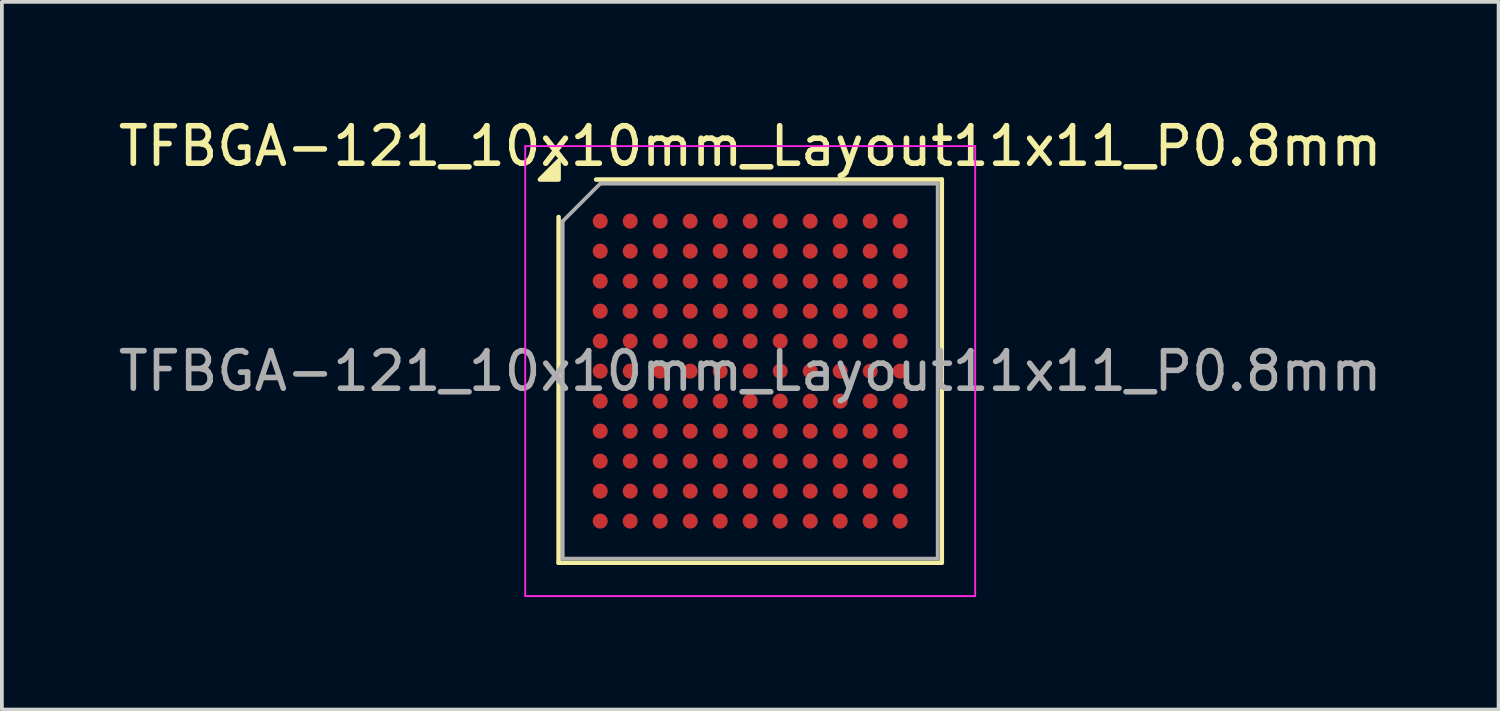
<source format=kicad_pcb>
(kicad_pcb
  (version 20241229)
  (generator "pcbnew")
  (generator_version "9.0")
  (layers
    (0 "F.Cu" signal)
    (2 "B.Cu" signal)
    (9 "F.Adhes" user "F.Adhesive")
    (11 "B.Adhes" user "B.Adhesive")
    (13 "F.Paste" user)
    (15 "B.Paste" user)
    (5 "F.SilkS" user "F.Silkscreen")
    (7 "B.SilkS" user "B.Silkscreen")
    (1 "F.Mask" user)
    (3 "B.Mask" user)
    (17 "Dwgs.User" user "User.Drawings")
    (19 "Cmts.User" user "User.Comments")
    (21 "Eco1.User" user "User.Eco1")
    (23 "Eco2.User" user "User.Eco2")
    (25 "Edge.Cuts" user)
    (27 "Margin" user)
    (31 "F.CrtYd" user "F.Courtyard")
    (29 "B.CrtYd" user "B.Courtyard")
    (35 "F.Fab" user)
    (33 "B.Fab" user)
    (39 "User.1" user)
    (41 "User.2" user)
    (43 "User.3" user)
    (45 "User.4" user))
  (footprint "TFBGA-121_10x10mm_Layout11x11_P0.8mm"
    (layer "F.Cu")
    (at 16.958 6.848)
    (property "Reference" "TFBGA-121_10x10mm_Layout11x11_P0.8mm" (at 0 -6 0) (layer "F.SilkS") (effects (font (size 1 1) (thickness 0.15))))
    (attr smd)
    (fp_line (start -5.11 5.11) (end -5.11 -4.11) (stroke (width 0.12) (type solid)) (layer "F.SilkS"))
    (fp_line (start -4.11 -5.11) (end 5.11 -5.11) (stroke (width 0.12) (type solid)) (layer "F.SilkS"))
    (fp_line (start 5.11 -5.11) (end 5.11 5.11) (stroke (width 0.12) (type solid)) (layer "F.SilkS"))
    (fp_line (start 5.11 5.11) (end -5.11 5.11) (stroke (width 0.12) (type solid)) (layer "F.SilkS"))
    (fp_poly (pts (xy -5.11 -5.11) (xy -5.61 -5.11) (xy -5.11 -5.61) (xy -5.11 -5.11)) (stroke (width 0.12) (type solid)) (fill yes) (layer "F.SilkS"))
    (fp_line (start -6 -6) (end -6 6) (stroke (width 0.05) (type solid)) (layer "F.CrtYd"))
    (fp_line (start -6 6) (end 6 6) (stroke (width 0.05) (type solid)) (layer "F.CrtYd"))
    (fp_line (start 6 -6) (end -6 -6) (stroke (width 0.05) (type solid)) (layer "F.CrtYd"))
    (fp_line (start 6 6) (end 6 -6) (stroke (width 0.05) (type solid)) (layer "F.CrtYd"))
    (fp_line (start -5 -4) (end -4 -5) (stroke (width 0.1) (type solid)) (layer "F.Fab"))
    (fp_line (start -5 5) (end -5 -4) (stroke (width 0.1) (type solid)) (layer "F.Fab"))
    (fp_line (start -4 -5) (end 5 -5) (stroke (width 0.1) (type solid)) (layer "F.Fab"))
    (fp_line (start 5 -5) (end 5 5) (stroke (width 0.1) (type solid)) (layer "F.Fab"))
    (fp_line (start 5 5) (end -5 5) (stroke (width 0.1) (type solid)) (layer "F.Fab"))
    (fp_text user "${REFERENCE}" (at 0 0 0) (layer "F.Fab") (effects (font (size 1 1) (thickness 0.15))))
    (pad "A1" smd circle (at -4 -4) (size 0.4 0.4) (property pad_prop_bga) (layers "F.Cu" "F.Mask" "F.Paste"))
    (pad "A2" smd circle (at -3.2 -4) (size 0.4 0.4) (property pad_prop_bga) (layers "F.Cu" "F.Mask" "F.Paste"))
    (pad "A3" smd circle (at -2.4 -4) (size 0.4 0.4) (property pad_prop_bga) (layers "F.Cu" "F.Mask" "F.Paste"))
    (pad "A4" smd circle (at -1.6 -4) (size 0.4 0.4) (property pad_prop_bga) (layers "F.Cu" "F.Mask" "F.Paste"))
    (pad "A5" smd circle (at -0.8 -4) (size 0.4 0.4) (property pad_prop_bga) (layers "F.Cu" "F.Mask" "F.Paste"))
    (pad "A6" smd circle (at 0 -4) (size 0.4 0.4) (property pad_prop_bga) (layers "F.Cu" "F.Mask" "F.Paste"))
    (pad "A7" smd circle (at 0.8 -4) (size 0.4 0.4) (property pad_prop_bga) (layers "F.Cu" "F.Mask" "F.Paste"))
    (pad "A8" smd circle (at 1.6 -4) (size 0.4 0.4) (property pad_prop_bga) (layers "F.Cu" "F.Mask" "F.Paste"))
    (pad "A9" smd circle (at 2.4 -4) (size 0.4 0.4) (property pad_prop_bga) (layers "F.Cu" "F.Mask" "F.Paste"))
    (pad "A10" smd circle (at 3.2 -4) (size 0.4 0.4) (property pad_prop_bga) (layers "F.Cu" "F.Mask" "F.Paste"))
    (pad "A11" smd circle (at 4 -4) (size 0.4 0.4) (property pad_prop_bga) (layers "F.Cu" "F.Mask" "F.Paste"))
    (pad "B1" smd circle (at -4 -3.2) (size 0.4 0.4) (property pad_prop_bga) (layers "F.Cu" "F.Mask" "F.Paste"))
    (pad "B2" smd circle (at -3.2 -3.2) (size 0.4 0.4) (property pad_prop_bga) (layers "F.Cu" "F.Mask" "F.Paste"))
    (pad "B3" smd circle (at -2.4 -3.2) (size 0.4 0.4) (property pad_prop_bga) (layers "F.Cu" "F.Mask" "F.Paste"))
    (pad "B4" smd circle (at -1.6 -3.2) (size 0.4 0.4) (property pad_prop_bga) (layers "F.Cu" "F.Mask" "F.Paste"))
    (pad "B5" smd circle (at -0.8 -3.2) (size 0.4 0.4) (property pad_prop_bga) (layers "F.Cu" "F.Mask" "F.Paste"))
    (pad "B6" smd circle (at 0 -3.2) (size 0.4 0.4) (property pad_prop_bga) (layers "F.Cu" "F.Mask" "F.Paste"))
    (pad "B7" smd circle (at 0.8 -3.2) (size 0.4 0.4) (property pad_prop_bga) (layers "F.Cu" "F.Mask" "F.Paste"))
    (pad "B8" smd circle (at 1.6 -3.2) (size 0.4 0.4) (property pad_prop_bga) (layers "F.Cu" "F.Mask" "F.Paste"))
    (pad "B9" smd circle (at 2.4 -3.2) (size 0.4 0.4) (property pad_prop_bga) (layers "F.Cu" "F.Mask" "F.Paste"))
    (pad "B10" smd circle (at 3.2 -3.2) (size 0.4 0.4) (property pad_prop_bga) (layers "F.Cu" "F.Mask" "F.Paste"))
    (pad "B11" smd circle (at 4 -3.2) (size 0.4 0.4) (property pad_prop_bga) (layers "F.Cu" "F.Mask" "F.Paste"))
    (pad "C1" smd circle (at -4 -2.4) (size 0.4 0.4) (property pad_prop_bga) (layers "F.Cu" "F.Mask" "F.Paste"))
    (pad "C2" smd circle (at -3.2 -2.4) (size 0.4 0.4) (property pad_prop_bga) (layers "F.Cu" "F.Mask" "F.Paste"))
    (pad "C3" smd circle (at -2.4 -2.4) (size 0.4 0.4) (property pad_prop_bga) (layers "F.Cu" "F.Mask" "F.Paste"))
    (pad "C4" smd circle (at -1.6 -2.4) (size 0.4 0.4) (property pad_prop_bga) (layers "F.Cu" "F.Mask" "F.Paste"))
    (pad "C5" smd circle (at -0.8 -2.4) (size 0.4 0.4) (property pad_prop_bga) (layers "F.Cu" "F.Mask" "F.Paste"))
    (pad "C6" smd circle (at 0 -2.4) (size 0.4 0.4) (property pad_prop_bga) (layers "F.Cu" "F.Mask" "F.Paste"))
    (pad "C7" smd circle (at 0.8 -2.4) (size 0.4 0.4) (property pad_prop_bga) (layers "F.Cu" "F.Mask" "F.Paste"))
    (pad "C8" smd circle (at 1.6 -2.4) (size 0.4 0.4) (property pad_prop_bga) (layers "F.Cu" "F.Mask" "F.Paste"))
    (pad "C9" smd circle (at 2.4 -2.4) (size 0.4 0.4) (property pad_prop_bga) (layers "F.Cu" "F.Mask" "F.Paste"))
    (pad "C10" smd circle (at 3.2 -2.4) (size 0.4 0.4) (property pad_prop_bga) (layers "F.Cu" "F.Mask" "F.Paste"))
    (pad "C11" smd circle (at 4 -2.4) (size 0.4 0.4) (property pad_prop_bga) (layers "F.Cu" "F.Mask" "F.Paste"))
    (pad "D1" smd circle (at -4 -1.6) (size 0.4 0.4) (property pad_prop_bga) (layers "F.Cu" "F.Mask" "F.Paste"))
    (pad "D2" smd circle (at -3.2 -1.6) (size 0.4 0.4) (property pad_prop_bga) (layers "F.Cu" "F.Mask" "F.Paste"))
    (pad "D3" smd circle (at -2.4 -1.6) (size 0.4 0.4) (property pad_prop_bga) (layers "F.Cu" "F.Mask" "F.Paste"))
    (pad "D4" smd circle (at -1.6 -1.6) (size 0.4 0.4) (property pad_prop_bga) (layers "F.Cu" "F.Mask" "F.Paste"))
    (pad "D5" smd circle (at -0.8 -1.6) (size 0.4 0.4) (property pad_prop_bga) (layers "F.Cu" "F.Mask" "F.Paste"))
    (pad "D6" smd circle (at 0 -1.6) (size 0.4 0.4) (property pad_prop_bga) (layers "F.Cu" "F.Mask" "F.Paste"))
    (pad "D7" smd circle (at 0.8 -1.6) (size 0.4 0.4) (property pad_prop_bga) (layers "F.Cu" "F.Mask" "F.Paste"))
    (pad "D8" smd circle (at 1.6 -1.6) (size 0.4 0.4) (property pad_prop_bga) (layers "F.Cu" "F.Mask" "F.Paste"))
    (pad "D9" smd circle (at 2.4 -1.6) (size 0.4 0.4) (property pad_prop_bga) (layers "F.Cu" "F.Mask" "F.Paste"))
    (pad "D10" smd circle (at 3.2 -1.6) (size 0.4 0.4) (property pad_prop_bga) (layers "F.Cu" "F.Mask" "F.Paste"))
    (pad "D11" smd circle (at 4 -1.6) (size 0.4 0.4) (property pad_prop_bga) (layers "F.Cu" "F.Mask" "F.Paste"))
    (pad "E1" smd circle (at -4 -0.8) (size 0.4 0.4) (property pad_prop_bga) (layers "F.Cu" "F.Mask" "F.Paste"))
    (pad "E2" smd circle (at -3.2 -0.8) (size 0.4 0.4) (property pad_prop_bga) (layers "F.Cu" "F.Mask" "F.Paste"))
    (pad "E3" smd circle (at -2.4 -0.8) (size 0.4 0.4) (property pad_prop_bga) (layers "F.Cu" "F.Mask" "F.Paste"))
    (pad "E4" smd circle (at -1.6 -0.8) (size 0.4 0.4) (property pad_prop_bga) (layers "F.Cu" "F.Mask" "F.Paste"))
    (pad "E5" smd circle (at -0.8 -0.8) (size 0.4 0.4) (property pad_prop_bga) (layers "F.Cu" "F.Mask" "F.Paste"))
    (pad "E6" smd circle (at 0 -0.8) (size 0.4 0.4) (property pad_prop_bga) (layers "F.Cu" "F.Mask" "F.Paste"))
    (pad "E7" smd circle (at 0.8 -0.8) (size 0.4 0.4) (property pad_prop_bga) (layers "F.Cu" "F.Mask" "F.Paste"))
    (pad "E8" smd circle (at 1.6 -0.8) (size 0.4 0.4) (property pad_prop_bga) (layers "F.Cu" "F.Mask" "F.Paste"))
    (pad "E9" smd circle (at 2.4 -0.8) (size 0.4 0.4) (property pad_prop_bga) (layers "F.Cu" "F.Mask" "F.Paste"))
    (pad "E10" smd circle (at 3.2 -0.8) (size 0.4 0.4) (property pad_prop_bga) (layers "F.Cu" "F.Mask" "F.Paste"))
    (pad "E11" smd circle (at 4 -0.8) (size 0.4 0.4) (property pad_prop_bga) (layers "F.Cu" "F.Mask" "F.Paste"))
    (pad "F1" smd circle (at -4 0) (size 0.4 0.4) (property pad_prop_bga) (layers "F.Cu" "F.Mask" "F.Paste"))
    (pad "F2" smd circle (at -3.2 0) (size 0.4 0.4) (property pad_prop_bga) (layers "F.Cu" "F.Mask" "F.Paste"))
    (pad "F3" smd circle (at -2.4 0) (size 0.4 0.4) (property pad_prop_bga) (layers "F.Cu" "F.Mask" "F.Paste"))
    (pad "F4" smd circle (at -1.6 0) (size 0.4 0.4) (property pad_prop_bga) (layers "F.Cu" "F.Mask" "F.Paste"))
    (pad "F5" smd circle (at -0.8 0) (size 0.4 0.4) (property pad_prop_bga) (layers "F.Cu" "F.Mask" "F.Paste"))
    (pad "F6" smd circle (at 0 0) (size 0.4 0.4) (property pad_prop_bga) (layers "F.Cu" "F.Mask" "F.Paste"))
    (pad "F7" smd circle (at 0.8 0) (size 0.4 0.4) (property pad_prop_bga) (layers "F.Cu" "F.Mask" "F.Paste"))
    (pad "F8" smd circle (at 1.6 0) (size 0.4 0.4) (property pad_prop_bga) (layers "F.Cu" "F.Mask" "F.Paste"))
    (pad "F9" smd circle (at 2.4 0) (size 0.4 0.4) (property pad_prop_bga) (layers "F.Cu" "F.Mask" "F.Paste"))
    (pad "F10" smd circle (at 3.2 0) (size 0.4 0.4) (property pad_prop_bga) (layers "F.Cu" "F.Mask" "F.Paste"))
    (pad "F11" smd circle (at 4 0) (size 0.4 0.4) (property pad_prop_bga) (layers "F.Cu" "F.Mask" "F.Paste"))
    (pad "G1" smd circle (at -4 0.8) (size 0.4 0.4) (property pad_prop_bga) (layers "F.Cu" "F.Mask" "F.Paste"))
    (pad "G2" smd circle (at -3.2 0.8) (size 0.4 0.4) (property pad_prop_bga) (layers "F.Cu" "F.Mask" "F.Paste"))
    (pad "G3" smd circle (at -2.4 0.8) (size 0.4 0.4) (property pad_prop_bga) (layers "F.Cu" "F.Mask" "F.Paste"))
    (pad "G4" smd circle (at -1.6 0.8) (size 0.4 0.4) (property pad_prop_bga) (layers "F.Cu" "F.Mask" "F.Paste"))
    (pad "G5" smd circle (at -0.8 0.8) (size 0.4 0.4) (property pad_prop_bga) (layers "F.Cu" "F.Mask" "F.Paste"))
    (pad "G6" smd circle (at 0 0.8) (size 0.4 0.4) (property pad_prop_bga) (layers "F.Cu" "F.Mask" "F.Paste"))
    (pad "G7" smd circle (at 0.8 0.8) (size 0.4 0.4) (property pad_prop_bga) (layers "F.Cu" "F.Mask" "F.Paste"))
    (pad "G8" smd circle (at 1.6 0.8) (size 0.4 0.4) (property pad_prop_bga) (layers "F.Cu" "F.Mask" "F.Paste"))
    (pad "G9" smd circle (at 2.4 0.8) (size 0.4 0.4) (property pad_prop_bga) (layers "F.Cu" "F.Mask" "F.Paste"))
    (pad "G10" smd circle (at 3.2 0.8) (size 0.4 0.4) (property pad_prop_bga) (layers "F.Cu" "F.Mask" "F.Paste"))
    (pad "G11" smd circle (at 4 0.8) (size 0.4 0.4) (property pad_prop_bga) (layers "F.Cu" "F.Mask" "F.Paste"))
    (pad "H1" smd circle (at -4 1.6) (size 0.4 0.4) (property pad_prop_bga) (layers "F.Cu" "F.Mask" "F.Paste"))
    (pad "H2" smd circle (at -3.2 1.6) (size 0.4 0.4) (property pad_prop_bga) (layers "F.Cu" "F.Mask" "F.Paste"))
    (pad "H3" smd circle (at -2.4 1.6) (size 0.4 0.4) (property pad_prop_bga) (layers "F.Cu" "F.Mask" "F.Paste"))
    (pad "H4" smd circle (at -1.6 1.6) (size 0.4 0.4) (property pad_prop_bga) (layers "F.Cu" "F.Mask" "F.Paste"))
    (pad "H5" smd circle (at -0.8 1.6) (size 0.4 0.4) (property pad_prop_bga) (layers "F.Cu" "F.Mask" "F.Paste"))
    (pad "H6" smd circle (at 0 1.6) (size 0.4 0.4) (property pad_prop_bga) (layers "F.Cu" "F.Mask" "F.Paste"))
    (pad "H7" smd circle (at 0.8 1.6) (size 0.4 0.4) (property pad_prop_bga) (layers "F.Cu" "F.Mask" "F.Paste"))
    (pad "H8" smd circle (at 1.6 1.6) (size 0.4 0.4) (property pad_prop_bga) (layers "F.Cu" "F.Mask" "F.Paste"))
    (pad "H9" smd circle (at 2.4 1.6) (size 0.4 0.4) (property pad_prop_bga) (layers "F.Cu" "F.Mask" "F.Paste"))
    (pad "H10" smd circle (at 3.2 1.6) (size 0.4 0.4) (property pad_prop_bga) (layers "F.Cu" "F.Mask" "F.Paste"))
    (pad "H11" smd circle (at 4 1.6) (size 0.4 0.4) (property pad_prop_bga) (layers "F.Cu" "F.Mask" "F.Paste"))
    (pad "J1" smd circle (at -4 2.4) (size 0.4 0.4) (property pad_prop_bga) (layers "F.Cu" "F.Mask" "F.Paste"))
    (pad "J2" smd circle (at -3.2 2.4) (size 0.4 0.4) (property pad_prop_bga) (layers "F.Cu" "F.Mask" "F.Paste"))
    (pad "J3" smd circle (at -2.4 2.4) (size 0.4 0.4) (property pad_prop_bga) (layers "F.Cu" "F.Mask" "F.Paste"))
    (pad "J4" smd circle (at -1.6 2.4) (size 0.4 0.4) (property pad_prop_bga) (layers "F.Cu" "F.Mask" "F.Paste"))
    (pad "J5" smd circle (at -0.8 2.4) (size 0.4 0.4) (property pad_prop_bga) (layers "F.Cu" "F.Mask" "F.Paste"))
    (pad "J6" smd circle (at 0 2.4) (size 0.4 0.4) (property pad_prop_bga) (layers "F.Cu" "F.Mask" "F.Paste"))
    (pad "J7" smd circle (at 0.8 2.4) (size 0.4 0.4) (property pad_prop_bga) (layers "F.Cu" "F.Mask" "F.Paste"))
    (pad "J8" smd circle (at 1.6 2.4) (size 0.4 0.4) (property pad_prop_bga) (layers "F.Cu" "F.Mask" "F.Paste"))
    (pad "J9" smd circle (at 2.4 2.4) (size 0.4 0.4) (property pad_prop_bga) (layers "F.Cu" "F.Mask" "F.Paste"))
    (pad "J10" smd circle (at 3.2 2.4) (size 0.4 0.4) (property pad_prop_bga) (layers "F.Cu" "F.Mask" "F.Paste"))
    (pad "J11" smd circle (at 4 2.4) (size 0.4 0.4) (property pad_prop_bga) (layers "F.Cu" "F.Mask" "F.Paste"))
    (pad "K1" smd circle (at -4 3.2) (size 0.4 0.4) (property pad_prop_bga) (layers "F.Cu" "F.Mask" "F.Paste"))
    (pad "K2" smd circle (at -3.2 3.2) (size 0.4 0.4) (property pad_prop_bga) (layers "F.Cu" "F.Mask" "F.Paste"))
    (pad "K3" smd circle (at -2.4 3.2) (size 0.4 0.4) (property pad_prop_bga) (layers "F.Cu" "F.Mask" "F.Paste"))
    (pad "K4" smd circle (at -1.6 3.2) (size 0.4 0.4) (property pad_prop_bga) (layers "F.Cu" "F.Mask" "F.Paste"))
    (pad "K5" smd circle (at -0.8 3.2) (size 0.4 0.4) (property pad_prop_bga) (layers "F.Cu" "F.Mask" "F.Paste"))
    (pad "K6" smd circle (at 0 3.2) (size 0.4 0.4) (property pad_prop_bga) (layers "F.Cu" "F.Mask" "F.Paste"))
    (pad "K7" smd circle (at 0.8 3.2) (size 0.4 0.4) (property pad_prop_bga) (layers "F.Cu" "F.Mask" "F.Paste"))
    (pad "K8" smd circle (at 1.6 3.2) (size 0.4 0.4) (property pad_prop_bga) (layers "F.Cu" "F.Mask" "F.Paste"))
    (pad "K9" smd circle (at 2.4 3.2) (size 0.4 0.4) (property pad_prop_bga) (layers "F.Cu" "F.Mask" "F.Paste"))
    (pad "K10" smd circle (at 3.2 3.2) (size 0.4 0.4) (property pad_prop_bga) (layers "F.Cu" "F.Mask" "F.Paste"))
    (pad "K11" smd circle (at 4 3.2) (size 0.4 0.4) (property pad_prop_bga) (layers "F.Cu" "F.Mask" "F.Paste"))
    (pad "L1" smd circle (at -4 4) (size 0.4 0.4) (property pad_prop_bga) (layers "F.Cu" "F.Mask" "F.Paste"))
    (pad "L2" smd circle (at -3.2 4) (size 0.4 0.4) (property pad_prop_bga) (layers "F.Cu" "F.Mask" "F.Paste"))
    (pad "L3" smd circle (at -2.4 4) (size 0.4 0.4) (property pad_prop_bga) (layers "F.Cu" "F.Mask" "F.Paste"))
    (pad "L4" smd circle (at -1.6 4) (size 0.4 0.4) (property pad_prop_bga) (layers "F.Cu" "F.Mask" "F.Paste"))
    (pad "L5" smd circle (at -0.8 4) (size 0.4 0.4) (property pad_prop_bga) (layers "F.Cu" "F.Mask" "F.Paste"))
    (pad "L6" smd circle (at 0 4) (size 0.4 0.4) (property pad_prop_bga) (layers "F.Cu" "F.Mask" "F.Paste"))
    (pad "L7" smd circle (at 0.8 4) (size 0.4 0.4) (property pad_prop_bga) (layers "F.Cu" "F.Mask" "F.Paste"))
    (pad "L8" smd circle (at 1.6 4) (size 0.4 0.4) (property pad_prop_bga) (layers "F.Cu" "F.Mask" "F.Paste"))
    (pad "L9" smd circle (at 2.4 4) (size 0.4 0.4) (property pad_prop_bga) (layers "F.Cu" "F.Mask" "F.Paste"))
    (pad "L10" smd circle (at 3.2 4) (size 0.4 0.4) (property pad_prop_bga) (layers "F.Cu" "F.Mask" "F.Paste"))
    (pad "L11" smd circle (at 4 4) (size 0.4 0.4) (property pad_prop_bga) (layers "F.Cu" "F.Mask" "F.Paste")))
  (gr_rect
    (start -3 -3)
    (end 36.917 15.873)
    (stroke (width 0.1) (type default))
    (fill no)
    (layer "Edge.Cuts")))
</source>
